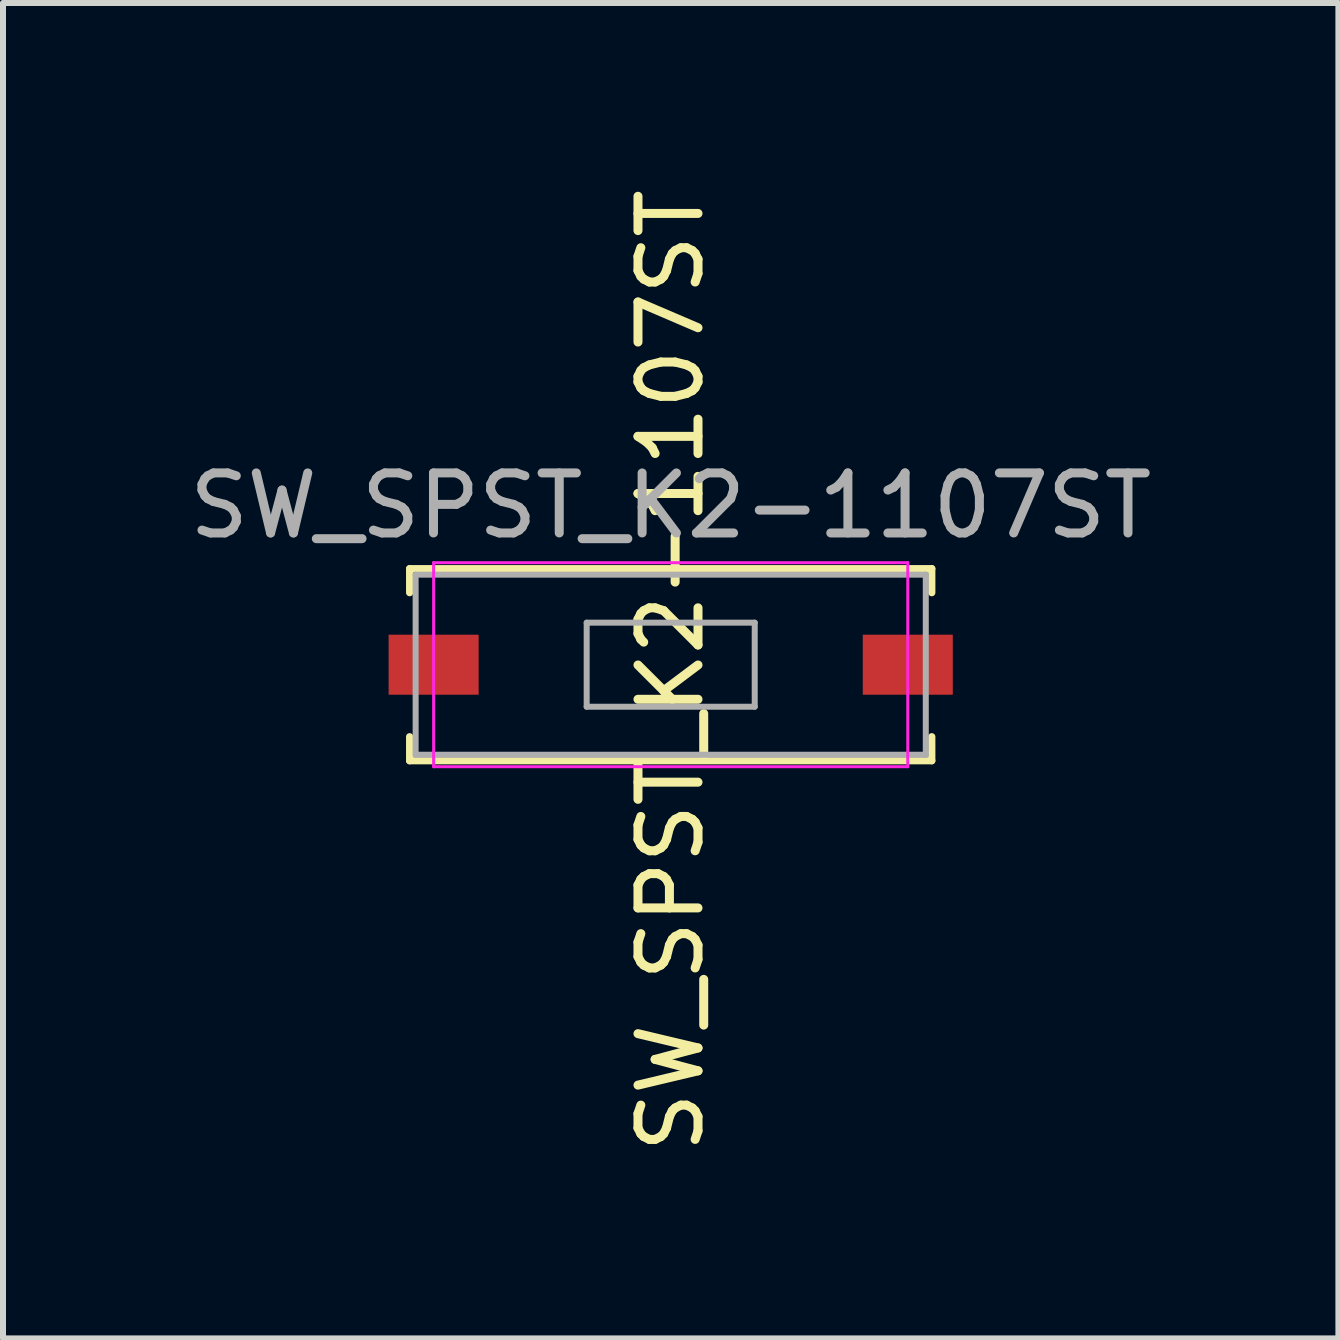
<source format=kicad_pcb>
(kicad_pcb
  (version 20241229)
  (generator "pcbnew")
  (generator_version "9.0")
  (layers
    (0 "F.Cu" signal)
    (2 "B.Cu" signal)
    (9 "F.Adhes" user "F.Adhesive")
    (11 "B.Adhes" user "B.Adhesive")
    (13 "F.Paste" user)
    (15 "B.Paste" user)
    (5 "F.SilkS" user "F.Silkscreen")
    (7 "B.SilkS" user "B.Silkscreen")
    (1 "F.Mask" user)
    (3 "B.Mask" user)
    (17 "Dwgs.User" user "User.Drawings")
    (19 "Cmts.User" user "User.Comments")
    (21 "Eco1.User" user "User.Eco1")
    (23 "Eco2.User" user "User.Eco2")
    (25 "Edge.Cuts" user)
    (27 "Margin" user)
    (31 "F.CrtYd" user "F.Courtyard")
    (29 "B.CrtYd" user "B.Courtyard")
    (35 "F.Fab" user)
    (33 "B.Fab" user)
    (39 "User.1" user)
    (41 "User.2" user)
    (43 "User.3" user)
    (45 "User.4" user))
  (footprint "SW_SPST_K2-1107ST"
    (layer "F.Cu")
    (at 8.125 8.025)
    (property "Reference" "SW_SPST_K2-1107ST" (at 0 0.1 270) (layer "F.SilkS") (effects (font (size 1 1) (thickness 0.15))))
    (attr smd)
    (fp_line (start -4.35 -1.6) (end -4.35 -1.2) (stroke (width 0.12) (type solid)) (layer "F.SilkS"))
    (fp_line (start -4.35 1.2) (end -4.35 1.6) (stroke (width 0.12) (type solid)) (layer "F.SilkS"))
    (fp_line (start -4.35 1.6) (end 4.35 1.6) (stroke (width 0.12) (type solid)) (layer "F.SilkS"))
    (fp_line (start 4.35 -1.6) (end -4.35 -1.6) (stroke (width 0.12) (type solid)) (layer "F.SilkS"))
    (fp_line (start 4.35 -1.6) (end 4.35 -1.2) (stroke (width 0.12) (type solid)) (layer "F.SilkS"))
    (fp_line (start 4.35 1.6) (end 4.35 1.2) (stroke (width 0.12) (type solid)) (layer "F.SilkS"))
    (fp_line (start -3.95 -1.7) (end 3.95 -1.7) (stroke (width 0.05) (type solid)) (layer "F.CrtYd"))
    (fp_line (start -3.95 1.7) (end -3.95 -1.7) (stroke (width 0.05) (type solid)) (layer "F.CrtYd"))
    (fp_line (start 3.95 -1.7) (end 3.95 1.7) (stroke (width 0.05) (type solid)) (layer "F.CrtYd"))
    (fp_line (start 3.95 1.7) (end -3.95 1.7) (stroke (width 0.05) (type solid)) (layer "F.CrtYd"))
    (fp_line (start -4.25 -1.5) (end 4.25 -1.5) (stroke (width 0.1) (type solid)) (layer "F.Fab"))
    (fp_line (start -4.25 1.5) (end -4.25 -1.5) (stroke (width 0.1) (type solid)) (layer "F.Fab"))
    (fp_line (start -1.4 -0.7) (end 1.4 -0.7) (stroke (width 0.1) (type solid)) (layer "F.Fab"))
    (fp_line (start -1.4 0.7) (end -1.4 -0.7) (stroke (width 0.1) (type solid)) (layer "F.Fab"))
    (fp_line (start 1.4 -0.7) (end 1.4 0.7) (stroke (width 0.1) (type solid)) (layer "F.Fab"))
    (fp_line (start 1.4 0.7) (end -1.4 0.7) (stroke (width 0.1) (type solid)) (layer "F.Fab"))
    (fp_line (start 4.25 -1.5) (end 4.25 1.5) (stroke (width 0.1) (type solid)) (layer "F.Fab"))
    (fp_line (start 4.25 1.5) (end -4.25 1.5) (stroke (width 0.1) (type solid)) (layer "F.Fab"))
    (fp_text user "${REFERENCE}" (at 0 -2.65 0) (layer "F.Fab") (effects (font (size 1 1) (thickness 0.15))))
    (pad "1" smd rect (at -3.95 0) (size 1.5 1) (layers "F.Cu" "F.Mask" "F.Paste"))
    (pad "2" smd rect (at 3.95 0) (size 1.5 1) (layers "F.Cu" "F.Mask" "F.Paste")))
  (gr_rect
    (start -3 -3)
    (end 19.25 19.25)
    (stroke (width 0.1) (type default))
    (fill no)
    (layer "Edge.Cuts")))
</source>
